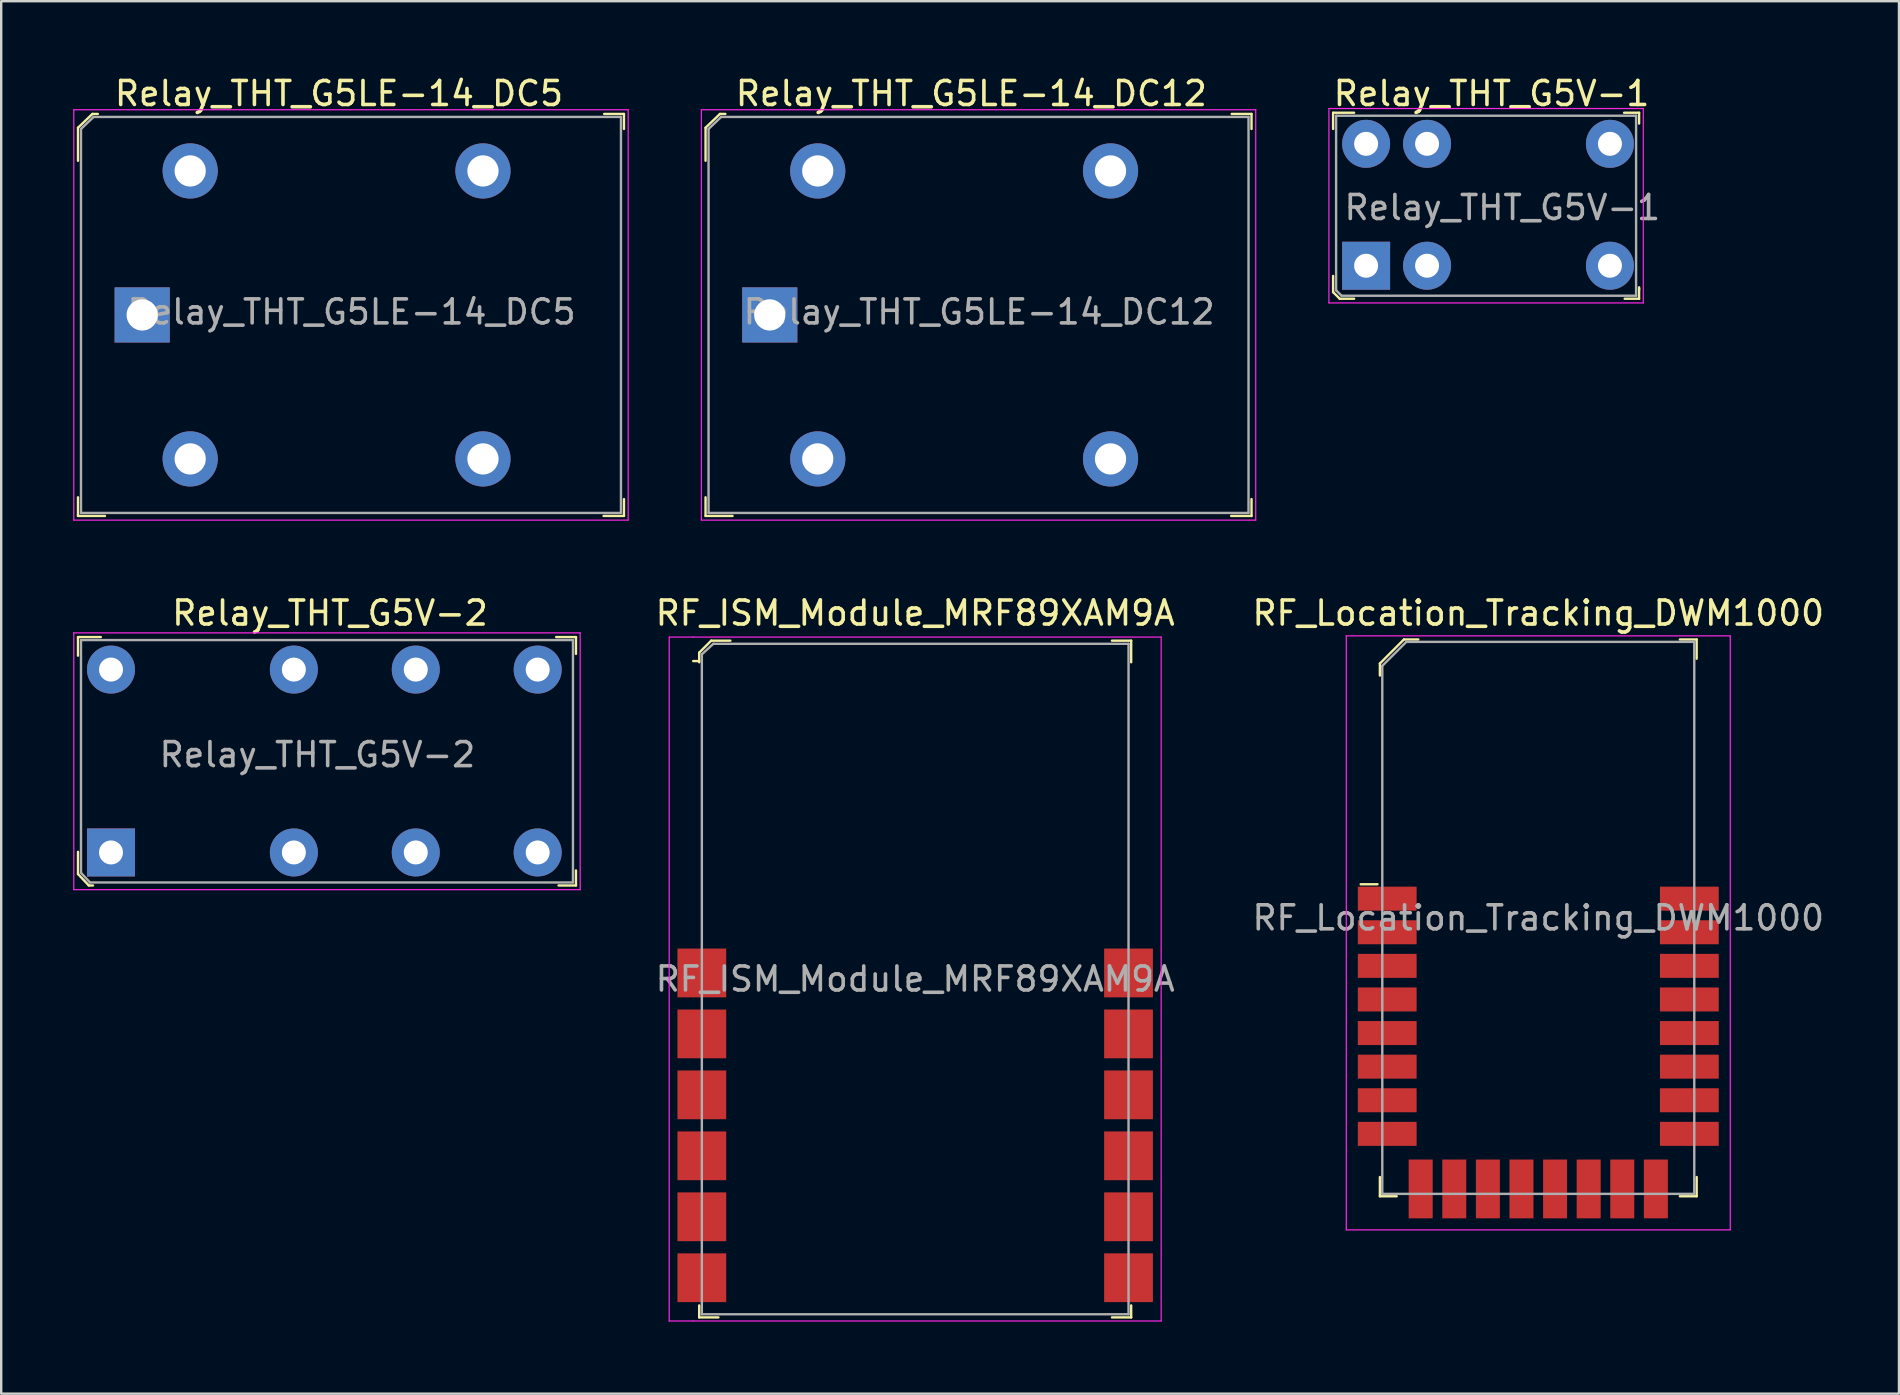
<source format=kicad_pcb>
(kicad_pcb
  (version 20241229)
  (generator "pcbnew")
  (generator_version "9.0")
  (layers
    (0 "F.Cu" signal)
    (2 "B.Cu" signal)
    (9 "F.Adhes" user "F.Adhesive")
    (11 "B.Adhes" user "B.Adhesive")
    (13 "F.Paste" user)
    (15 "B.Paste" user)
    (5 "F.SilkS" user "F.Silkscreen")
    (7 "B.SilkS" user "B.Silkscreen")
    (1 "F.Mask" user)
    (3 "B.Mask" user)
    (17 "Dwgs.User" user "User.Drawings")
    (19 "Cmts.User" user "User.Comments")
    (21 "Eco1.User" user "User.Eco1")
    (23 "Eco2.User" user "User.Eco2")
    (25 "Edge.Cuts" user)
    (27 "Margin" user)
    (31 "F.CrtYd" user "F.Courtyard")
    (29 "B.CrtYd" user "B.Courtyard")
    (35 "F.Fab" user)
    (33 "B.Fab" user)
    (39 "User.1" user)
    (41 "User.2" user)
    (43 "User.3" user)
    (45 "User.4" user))
  (footprint "Relay_THT_G5LE-14_DC5"
    (layer "F.Cu")
    (at 2.875 10.073)
    (property "Reference" "Relay_THT_G5LE-14_DC5" (at 8.2 -9.225 0) (layer "F.SilkS") (effects (font (size 1 1) (thickness 0.15))))
    (attr through_hole)
    (fp_line (start -2.675 -7.8) (end -2.675 -6.425) (stroke (width 0.1) (type solid)) (layer "F.SilkS"))
    (fp_line (start -2.675 8.375) (end -2.675 7.6) (stroke (width 0.1) (type solid)) (layer "F.SilkS"))
    (fp_line (start -2.075 -8.375) (end -2.675 -7.8) (stroke (width 0.1) (type solid)) (layer "F.SilkS"))
    (fp_line (start -1.85 -8.375) (end -2.075 -8.375) (stroke (width 0.1) (type solid)) (layer "F.SilkS"))
    (fp_line (start -1.55 8.375) (end -2.675 8.375) (stroke (width 0.1) (type solid)) (layer "F.SilkS"))
    (fp_line (start 19.25 -8.375) (end 20.075 -8.375) (stroke (width 0.1) (type solid)) (layer "F.SilkS"))
    (fp_line (start 20.075 -8.375) (end 20.075 -7.75) (stroke (width 0.1) (type solid)) (layer "F.SilkS"))
    (fp_line (start 20.075 7.675) (end 20.075 8.375) (stroke (width 0.1) (type solid)) (layer "F.SilkS"))
    (fp_line (start 20.075 8.375) (end 19.225 8.375) (stroke (width 0.1) (type solid)) (layer "F.SilkS"))
    (fp_line (start -2.85 -8.55) (end -2.85 8.55) (stroke (width 0.05) (type solid)) (layer "F.CrtYd"))
    (fp_line (start -2.85 -8.55) (end 20.25 -8.55) (stroke (width 0.05) (type solid)) (layer "F.CrtYd"))
    (fp_line (start 20.25 -8.55) (end 20.25 8.55) (stroke (width 0.05) (type solid)) (layer "F.CrtYd"))
    (fp_line (start 20.25 8.55) (end -2.85 8.55) (stroke (width 0.05) (type solid)) (layer "F.CrtYd"))
    (fp_line (start -2.55 -7.75) (end -2.55 8.25) (stroke (width 0.1) (type solid)) (layer "F.Fab"))
    (fp_line (start -2.55 8.25) (end 19.95 8.25) (stroke (width 0.1) (type solid)) (layer "F.Fab"))
    (fp_line (start -2.025 -8.25) (end -2.55 -7.75) (stroke (width 0.1) (type solid)) (layer "F.Fab"))
    (fp_line (start -2.025 -8.25) (end 19.95 -8.25) (stroke (width 0.1) (type solid)) (layer "F.Fab"))
    (fp_line (start 19.95 -8.25) (end 19.95 8.25) (stroke (width 0.1) (type solid)) (layer "F.Fab"))
    (fp_text user "${REFERENCE}" (at 8.725 -0.125 0) (layer "F.Fab") (effects (font (size 1 1) (thickness 0.15))))
    (pad "1" thru_hole rect (at 0 0) (size 2.3 2.3) (drill 1.3) (layers "*.Cu" "*.Mask"))
    (pad "2" thru_hole circle (at 2 6) (size 2.3 2.3) (drill 1.3) (layers "*.Cu" "*.Mask"))
    (pad "3" thru_hole circle (at 14.2 6) (size 2.3 2.3) (drill 1.3) (layers "*.Cu" "*.Mask"))
    (pad "4" thru_hole circle (at 14.2 -6) (size 2.3 2.3) (drill 1.3) (layers "*.Cu" "*.Mask"))
    (pad "5" thru_hole circle (at 2 -6) (size 2.3 2.3) (drill 1.3) (layers "*.Cu" "*.Mask")))
  (footprint "Relay_THT_G5V-1"
    (layer "F.Cu")
    (at 53.875 8.023)
    (property "Reference" "Relay_THT_G5V-1" (at 5.225 -7.175 0) (layer "F.SilkS") (effects (font (size 1 1) (thickness 0.15))))
    (attr through_hole)
    (fp_line (start -1.375 -6.375) (end -1.375 -5.7) (stroke (width 0.1) (type solid)) (layer "F.SilkS"))
    (fp_line (start -1.375 1.1) (end -1.375 0.425) (stroke (width 0.1) (type solid)) (layer "F.SilkS"))
    (fp_line (start -1.1 1.375) (end -1.375 1.1) (stroke (width 0.1) (type solid)) (layer "F.SilkS"))
    (fp_line (start -0.5 -6.375) (end -1.375 -6.375) (stroke (width 0.1) (type solid)) (layer "F.SilkS"))
    (fp_line (start -0.5 1.375) (end -1.1 1.375) (stroke (width 0.1) (type solid)) (layer "F.SilkS"))
    (fp_line (start 10.75 -6.375) (end 11.375 -6.375) (stroke (width 0.1) (type solid)) (layer "F.SilkS"))
    (fp_line (start 11.375 -6.375) (end 11.375 -5.925) (stroke (width 0.1) (type solid)) (layer "F.SilkS"))
    (fp_line (start 11.375 0.95) (end 11.375 1.375) (stroke (width 0.1) (type solid)) (layer "F.SilkS"))
    (fp_line (start 11.375 1) (end 11.375 0.9) (stroke (width 0.1) (type solid)) (layer "F.SilkS"))
    (fp_line (start 11.375 1.375) (end 10.775 1.375) (stroke (width 0.1) (type solid)) (layer "F.SilkS"))
    (fp_line (start -1.55 -6.55) (end 11.55 -6.55) (stroke (width 0.05) (type solid)) (layer "F.CrtYd"))
    (fp_line (start -1.55 1.55) (end -1.55 -6.55) (stroke (width 0.05) (type solid)) (layer "F.CrtYd"))
    (fp_line (start 11.55 -6.55) (end 11.55 1.55) (stroke (width 0.05) (type solid)) (layer "F.CrtYd"))
    (fp_line (start 11.55 1.55) (end -1.55 1.55) (stroke (width 0.05) (type solid)) (layer "F.CrtYd"))
    (fp_line (start -1.25 -6.25) (end 11.25 -6.25) (stroke (width 0.1) (type solid)) (layer "F.Fab"))
    (fp_line (start -1.25 1.025) (end -1.25 -6.25) (stroke (width 0.1) (type solid)) (layer "F.Fab"))
    (fp_line (start -1.25 1.025) (end -1.025 1.25) (stroke (width 0.1) (type solid)) (layer "F.Fab"))
    (fp_line (start -1.025 1.25) (end 11.25 1.25) (stroke (width 0.1) (type solid)) (layer "F.Fab"))
    (fp_line (start 11.25 1.25) (end 11.25 -6.25) (stroke (width 0.1) (type solid)) (layer "F.Fab"))
    (fp_text user "${REFERENCE}" (at 5.675 -2.425 0) (layer "F.Fab") (effects (font (size 1 1) (thickness 0.15))))
    (pad "1" thru_hole rect (at 0 0) (size 2 2) (drill 1) (layers "*.Cu" "*.Mask"))
    (pad "2" thru_hole circle (at 2.54 0) (size 2 2) (drill 1) (layers "*.Cu" "*.Mask"))
    (pad "5" thru_hole circle (at 10.16 0) (size 2 2) (drill 1) (layers "*.Cu" "*.Mask"))
    (pad "6" thru_hole circle (at 10.16 -5.08) (size 2 2) (drill 1) (layers "*.Cu" "*.Mask"))
    (pad "9" thru_hole circle (at 2.54 -5.08) (size 2 2) (drill 1) (layers "*.Cu" "*.Mask"))
    (pad "10" thru_hole circle (at 0 -5.08) (size 2 2) (drill 1) (layers "*.Cu" "*.Mask")))
  (footprint "Relay_THT_G5V-2"
    (layer "F.Cu")
    (at 1.575 32.471)
    (property "Reference" "Relay_THT_G5V-2" (at 9.125 -9.975 0) (layer "F.SilkS") (effects (font (size 1 1) (thickness 0.15))))
    (attr through_hole)
    (fp_line (start -1.375 -8.975) (end -1.375 -8.2) (stroke (width 0.1) (type solid)) (layer "F.SilkS"))
    (fp_line (start -1.375 0.9) (end -1.375 -0.025) (stroke (width 0.1) (type solid)) (layer "F.SilkS"))
    (fp_line (start -0.925 1.375) (end -1.375 0.9) (stroke (width 0.1) (type solid)) (layer "F.SilkS"))
    (fp_line (start -0.75 1.375) (end -0.925 1.375) (stroke (width 0.1) (type solid)) (layer "F.SilkS"))
    (fp_line (start -0.425 -8.975) (end -1.375 -8.975) (stroke (width 0.1) (type solid)) (layer "F.SilkS"))
    (fp_line (start 18.55 -8.975) (end 19.375 -8.975) (stroke (width 0.1) (type solid)) (layer "F.SilkS"))
    (fp_line (start 19.375 -8.975) (end 19.375 -8.275) (stroke (width 0.1) (type solid)) (layer "F.SilkS"))
    (fp_line (start 19.375 0.75) (end 19.375 1.375) (stroke (width 0.1) (type solid)) (layer "F.SilkS"))
    (fp_line (start 19.375 1.375) (end 18.65 1.375) (stroke (width 0.1) (type solid)) (layer "F.SilkS"))
    (fp_line (start -1.55 -9.15) (end 19.55 -9.15) (stroke (width 0.05) (type solid)) (layer "F.CrtYd"))
    (fp_line (start -1.55 1.55) (end -1.55 -9.15) (stroke (width 0.05) (type solid)) (layer "F.CrtYd"))
    (fp_line (start 19.55 -9.15) (end 19.55 1.55) (stroke (width 0.05) (type solid)) (layer "F.CrtYd"))
    (fp_line (start 19.55 1.55) (end -1.55 1.55) (stroke (width 0.05) (type solid)) (layer "F.CrtYd"))
    (fp_line (start -1.25 -8.85) (end 19.25 -8.85) (stroke (width 0.1) (type solid)) (layer "F.Fab"))
    (fp_line (start -1.25 0.85) (end -1.25 -8.85) (stroke (width 0.1) (type solid)) (layer "F.Fab"))
    (fp_line (start -1.25 0.85) (end -0.875 1.25) (stroke (width 0.1) (type solid)) (layer "F.Fab"))
    (fp_line (start -0.875 1.25) (end 19.25 1.25) (stroke (width 0.1) (type solid)) (layer "F.Fab"))
    (fp_line (start 19.25 -8.85) (end 19.25 1.25) (stroke (width 0.1) (type solid)) (layer "F.Fab"))
    (fp_text user "${REFERENCE}" (at 8.6 -4.075 0) (layer "F.Fab") (effects (font (size 1 1) (thickness 0.15))))
    (pad "1" thru_hole rect (at 0 0) (size 2 2) (drill 1) (layers "*.Cu" "*.Mask"))
    (pad "4" thru_hole circle (at 7.62 0) (size 2 2) (drill 1) (layers "*.Cu" "*.Mask"))
    (pad "6" thru_hole circle (at 12.7 0) (size 2 2) (drill 1) (layers "*.Cu" "*.Mask"))
    (pad "8" thru_hole circle (at 17.78 0) (size 2 2) (drill 1) (layers "*.Cu" "*.Mask"))
    (pad "9" thru_hole circle (at 17.78 -7.62) (size 2 2) (drill 1) (layers "*.Cu" "*.Mask"))
    (pad "11" thru_hole circle (at 12.7 -7.62) (size 2 2) (drill 1) (layers "*.Cu" "*.Mask"))
    (pad "13" thru_hole circle (at 7.62 -7.62) (size 2 2) (drill 1) (layers "*.Cu" "*.Mask"))
    (pad "16" thru_hole circle (at 0 -7.62) (size 2 2) (drill 1) (layers "*.Cu" "*.Mask")))
  (footprint "RF_ISM_Module_MRF89XAM9A"
    (layer "F.Cu")
    (at 35.085 37.746)
    (property "Reference" "RF_ISM_Module_MRF89XAM9A" (at 0 -15.25 0) (layer "F.SilkS") (effects (font (size 1 1) (thickness 0.15))))
    (attr smd)
    (fp_line (start -9 -13.6) (end -9 -13.2) (stroke (width 0.1) (type solid)) (layer "F.SilkS"))
    (fp_line (start -9 -13.25) (end -9.25 -13.25) (stroke (width 0.1) (type solid)) (layer "F.SilkS"))
    (fp_line (start -9 13.6) (end -9 14.1) (stroke (width 0.1) (type solid)) (layer "F.SilkS"))
    (fp_line (start -9 14.1) (end -8.2 14.1) (stroke (width 0.1) (type solid)) (layer "F.SilkS"))
    (fp_line (start -8.5 -14.1) (end -9 -13.6) (stroke (width 0.1) (type solid)) (layer "F.SilkS"))
    (fp_line (start -7.7 -14.1) (end -8.5 -14.1) (stroke (width 0.1) (type solid)) (layer "F.SilkS"))
    (fp_line (start 8.2 -14.1) (end 9 -14.1) (stroke (width 0.1) (type solid)) (layer "F.SilkS"))
    (fp_line (start 9 -14.1) (end 9 -13.2) (stroke (width 0.1) (type solid)) (layer "F.SilkS"))
    (fp_line (start 9 13.6) (end 9 14.1) (stroke (width 0.1) (type solid)) (layer "F.SilkS"))
    (fp_line (start 9 14.1) (end 8.2 14.1) (stroke (width 0.1) (type solid)) (layer "F.SilkS"))
    (fp_line (start -10.25 -14.25) (end -10.25 14.25) (stroke (width 0.05) (type solid)) (layer "F.CrtYd"))
    (fp_line (start -10.25 -14.25) (end -9.25 -14.25) (stroke (width 0.05) (type solid)) (layer "F.CrtYd"))
    (fp_line (start -10.25 14.25) (end -9.25 14.25) (stroke (width 0.05) (type solid)) (layer "F.CrtYd"))
    (fp_line (start -9.25 -14.25) (end 10.25 -14.25) (stroke (width 0.05) (type solid)) (layer "F.CrtYd"))
    (fp_line (start -9.25 14.25) (end 10.25 14.25) (stroke (width 0.05) (type solid)) (layer "F.CrtYd"))
    (fp_line (start 10.25 -14.25) (end 10.25 14.25) (stroke (width 0.05) (type solid)) (layer "F.CrtYd"))
    (fp_line (start -8.89 13.97) (end -8.89 -13.53) (stroke (width 0.1) (type solid)) (layer "F.Fab"))
    (fp_line (start -8.89 13.97) (end 8.89 13.97) (stroke (width 0.1) (type solid)) (layer "F.Fab"))
    (fp_line (start -8.41 -13.97) (end -8.89 -13.53) (stroke (width 0.1) (type solid)) (layer "F.Fab"))
    (fp_line (start 8.89 -13.97) (end -8.41 -13.97) (stroke (width 0.1) (type solid)) (layer "F.Fab"))
    (fp_line (start 8.89 -13.97) (end 8.89 13.97) (stroke (width 0.1) (type solid)) (layer "F.Fab"))
    (fp_text user "${REFERENCE}" (at 0 0 0) (layer "F.Fab") (effects (font (size 1 1) (thickness 0.15))))
    (pad "1" smd rect (at -8.89 -0.254) (size 2.032 2.032) (layers "F.Cu" "F.Mask" "F.Paste"))
    (pad "2" smd rect (at -8.89 2.286) (size 2.032 2.032) (layers "F.Cu" "F.Mask" "F.Paste"))
    (pad "3" smd rect (at -8.89 4.826) (size 2.032 2.032) (layers "F.Cu" "F.Mask" "F.Paste"))
    (pad "4" smd rect (at -8.89 7.366) (size 2.032 2.032) (layers "F.Cu" "F.Mask" "F.Paste"))
    (pad "5" smd rect (at -8.89 9.906) (size 2.032 2.032) (layers "F.Cu" "F.Mask" "F.Paste"))
    (pad "6" smd rect (at -8.89 12.446) (size 2.032 2.032) (layers "F.Cu" "F.Mask" "F.Paste"))
    (pad "7" smd rect (at 8.89 12.446) (size 2.032 2.032) (layers "F.Cu" "F.Mask" "F.Paste"))
    (pad "8" smd rect (at 8.89 9.906) (size 2.032 2.032) (layers "F.Cu" "F.Mask" "F.Paste"))
    (pad "9" smd rect (at 8.89 7.366) (size 2.032 2.032) (layers "F.Cu" "F.Mask" "F.Paste"))
    (pad "10" smd rect (at 8.89 4.826) (size 2.032 2.032) (layers "F.Cu" "F.Mask" "F.Paste"))
    (pad "11" smd rect (at 8.89 2.286) (size 2.032 2.032) (layers "F.Cu" "F.Mask" "F.Paste"))
    (pad "12" smd rect (at 8.89 -0.254) (size 2.032 2.032) (layers "F.Cu" "F.Mask" "F.Paste")))
  (footprint "RF_Location_Tracking_DWM1000"
    (layer "F.Cu")
    (at 61.049 35.197)
    (property "Reference" "RF_Location_Tracking_DWM1000" (at 0 -12.7 0) (layer "F.SilkS") (effects (font (size 1 1) (thickness 0.15))))
    (attr smd)
    (fp_line (start -6.7 -1.4) (end -7.4 -1.4) (stroke (width 0.1) (type solid)) (layer "F.SilkS"))
    (fp_line (start -6.6 -10.6) (end -6.6 -10.1) (stroke (width 0.1) (type solid)) (layer "F.SilkS"))
    (fp_line (start -6.6 10.8) (end -6.6 11.6) (stroke (width 0.1) (type solid)) (layer "F.SilkS"))
    (fp_line (start -6.6 11.6) (end -5.9 11.6) (stroke (width 0.1) (type solid)) (layer "F.SilkS"))
    (fp_line (start -5.6 -11.6) (end -6.6 -10.6) (stroke (width 0.1) (type solid)) (layer "F.SilkS"))
    (fp_line (start -5 -11.6) (end -5.6 -11.6) (stroke (width 0.1) (type solid)) (layer "F.SilkS"))
    (fp_line (start 5.9 -11.6) (end 6.6 -11.6) (stroke (width 0.1) (type solid)) (layer "F.SilkS"))
    (fp_line (start 6.6 -11.6) (end 6.6 -10.8) (stroke (width 0.1) (type solid)) (layer "F.SilkS"))
    (fp_line (start 6.6 10.8) (end 6.6 11.6) (stroke (width 0.1) (type solid)) (layer "F.SilkS"))
    (fp_line (start 6.6 11.6) (end 5.9 11.6) (stroke (width 0.1) (type solid)) (layer "F.SilkS"))
    (fp_line (start -8 -11.75) (end 8 -11.75) (stroke (width 0.05) (type solid)) (layer "F.CrtYd"))
    (fp_line (start -8 13) (end -8 -11.75) (stroke (width 0.05) (type solid)) (layer "F.CrtYd"))
    (fp_line (start -8 13) (end 8 13) (stroke (width 0.05) (type solid)) (layer "F.CrtYd"))
    (fp_line (start 8 13) (end 8 -11.75) (stroke (width 0.05) (type solid)) (layer "F.CrtYd"))
    (fp_line (start -6.5 -10.5) (end -6.5 11.5) (stroke (width 0.1) (type solid)) (layer "F.Fab"))
    (fp_line (start -6.5 -10.5) (end -5.5 -11.5) (stroke (width 0.1) (type solid)) (layer "F.Fab"))
    (fp_line (start -6.5 11.5) (end 6.5 11.5) (stroke (width 0.1) (type solid)) (layer "F.Fab"))
    (fp_line (start -5.5 -11.5) (end 6.5 -11.5) (stroke (width 0.1) (type solid)) (layer "F.Fab"))
    (fp_line (start 6.5 -11.5) (end 6.5 11.5) (stroke (width 0.1) (type solid)) (layer "F.Fab"))
    (fp_text user "${REFERENCE}" (at 0 0 0) (layer "F.Fab") (effects (font (size 1 1) (thickness 0.15))))
    (pad "1" smd rect (at -6.295 -0.8) (size 2.45 1) (layers "F.Cu" "F.Mask" "F.Paste"))
    (pad "2" smd rect (at -6.295 0.6) (size 2.45 1) (layers "F.Cu" "F.Mask" "F.Paste"))
    (pad "3" smd rect (at -6.295 2) (size 2.45 1) (layers "F.Cu" "F.Mask" "F.Paste"))
    (pad "4" smd rect (at -6.295 3.4) (size 2.45 1) (layers "F.Cu" "F.Mask" "F.Paste"))
    (pad "5" smd rect (at -6.295 4.8) (size 2.45 1) (layers "F.Cu" "F.Mask" "F.Paste"))
    (pad "6" smd rect (at -6.295 6.2) (size 2.45 1) (layers "F.Cu" "F.Mask" "F.Paste"))
    (pad "7" smd rect (at -6.295 7.6) (size 2.45 1) (layers "F.Cu" "F.Mask" "F.Paste"))
    (pad "8" smd rect (at -6.295 9) (size 2.45 1) (layers "F.Cu" "F.Mask" "F.Paste"))
    (pad "9" smd rect (at -4.9 11.295) (size 1 2.45) (layers "F.Cu" "F.Mask" "F.Paste"))
    (pad "10" smd rect (at -3.5 11.295) (size 1 2.45) (layers "F.Cu" "F.Mask" "F.Paste"))
    (pad "11" smd rect (at -2.1 11.295) (size 1 2.45) (layers "F.Cu" "F.Mask" "F.Paste"))
    (pad "12" smd rect (at -0.7 11.295) (size 1 2.45) (layers "F.Cu" "F.Mask" "F.Paste"))
    (pad "13" smd rect (at 0.7 11.295) (size 1 2.45) (layers "F.Cu" "F.Mask" "F.Paste"))
    (pad "14" smd rect (at 2.1 11.295) (size 1 2.45) (layers "F.Cu" "F.Mask" "F.Paste"))
    (pad "15" smd rect (at 3.5 11.295) (size 1 2.45) (layers "F.Cu" "F.Mask" "F.Paste"))
    (pad "16" smd rect (at 4.9 11.295) (size 1 2.45) (layers "F.Cu" "F.Mask" "F.Paste"))
    (pad "17" smd rect (at 6.295 9) (size 2.45 1) (layers "F.Cu" "F.Mask" "F.Paste"))
    (pad "18" smd rect (at 6.295 7.6) (size 2.45 1) (layers "F.Cu" "F.Mask" "F.Paste"))
    (pad "19" smd rect (at 6.295 6.2) (size 2.45 1) (layers "F.Cu" "F.Mask" "F.Paste"))
    (pad "20" smd rect (at 6.295 4.8) (size 2.45 1) (layers "F.Cu" "F.Mask" "F.Paste"))
    (pad "21" smd rect (at 6.295 3.4) (size 2.45 1) (layers "F.Cu" "F.Mask" "F.Paste"))
    (pad "22" smd rect (at 6.295 2) (size 2.45 1) (layers "F.Cu" "F.Mask" "F.Paste"))
    (pad "23" smd rect (at 6.295 0.6) (size 2.45 1) (layers "F.Cu" "F.Mask" "F.Paste"))
    (pad "24" smd rect (at 6.295 -0.8) (size 2.45 1) (layers "F.Cu" "F.Mask" "F.Paste")))
  (footprint "Relay_THT_G5LE-14_DC12"
    (layer "F.Cu")
    (at 29.025 10.073)
    (property "Reference" "Relay_THT_G5LE-14_DC12" (at 8.4 -9.225 0) (layer "F.SilkS") (effects (font (size 1 1) (thickness 0.15))))
    (attr through_hole)
    (fp_line (start -2.675 -7.8) (end -2.675 -6.425) (stroke (width 0.1) (type solid)) (layer "F.SilkS"))
    (fp_line (start -2.675 8.375) (end -2.675 7.6) (stroke (width 0.1) (type solid)) (layer "F.SilkS"))
    (fp_line (start -2.075 -8.375) (end -2.675 -7.8) (stroke (width 0.1) (type solid)) (layer "F.SilkS"))
    (fp_line (start -1.85 -8.375) (end -2.075 -8.375) (stroke (width 0.1) (type solid)) (layer "F.SilkS"))
    (fp_line (start -1.55 8.375) (end -2.675 8.375) (stroke (width 0.1) (type solid)) (layer "F.SilkS"))
    (fp_line (start 19.25 -8.375) (end 20.075 -8.375) (stroke (width 0.1) (type solid)) (layer "F.SilkS"))
    (fp_line (start 20.075 -8.375) (end 20.075 -7.75) (stroke (width 0.1) (type solid)) (layer "F.SilkS"))
    (fp_line (start 20.075 7.675) (end 20.075 8.375) (stroke (width 0.1) (type solid)) (layer "F.SilkS"))
    (fp_line (start 20.075 8.375) (end 19.225 8.375) (stroke (width 0.1) (type solid)) (layer "F.SilkS"))
    (fp_line (start -2.85 -8.55) (end -2.85 8.55) (stroke (width 0.05) (type solid)) (layer "F.CrtYd"))
    (fp_line (start -2.85 -8.55) (end 20.25 -8.55) (stroke (width 0.05) (type solid)) (layer "F.CrtYd"))
    (fp_line (start 20.25 -8.55) (end 20.25 8.55) (stroke (width 0.05) (type solid)) (layer "F.CrtYd"))
    (fp_line (start 20.25 8.55) (end -2.85 8.55) (stroke (width 0.05) (type solid)) (layer "F.CrtYd"))
    (fp_line (start -2.55 -7.75) (end -2.55 8.25) (stroke (width 0.1) (type solid)) (layer "F.Fab"))
    (fp_line (start -2.55 8.25) (end 19.95 8.25) (stroke (width 0.1) (type solid)) (layer "F.Fab"))
    (fp_line (start -2.025 -8.25) (end -2.55 -7.75) (stroke (width 0.1) (type solid)) (layer "F.Fab"))
    (fp_line (start -2.025 -8.25) (end 19.95 -8.25) (stroke (width 0.1) (type solid)) (layer "F.Fab"))
    (fp_line (start 19.95 -8.25) (end 19.95 8.25) (stroke (width 0.1) (type solid)) (layer "F.Fab"))
    (fp_text user "${REFERENCE}" (at 8.725 -0.125 0) (layer "F.Fab") (effects (font (size 1 1) (thickness 0.15))))
    (pad "1" thru_hole rect (at 0 0) (size 2.3 2.3) (drill 1.3) (layers "*.Cu" "*.Mask"))
    (pad "2" thru_hole circle (at 2 6) (size 2.3 2.3) (drill 1.3) (layers "*.Cu" "*.Mask"))
    (pad "3" thru_hole circle (at 14.2 6) (size 2.3 2.3) (drill 1.3) (layers "*.Cu" "*.Mask"))
    (pad "4" thru_hole circle (at 14.2 -6) (size 2.3 2.3) (drill 1.3) (layers "*.Cu" "*.Mask"))
    (pad "5" thru_hole circle (at 2 -6) (size 2.3 2.3) (drill 1.3) (layers "*.Cu" "*.Mask")))
  (gr_rect
    (start -3 -3)
    (end 76.079 55.022)
    (stroke (width 0.1) (type default))
    (fill no)
    (layer "Edge.Cuts")))
</source>
